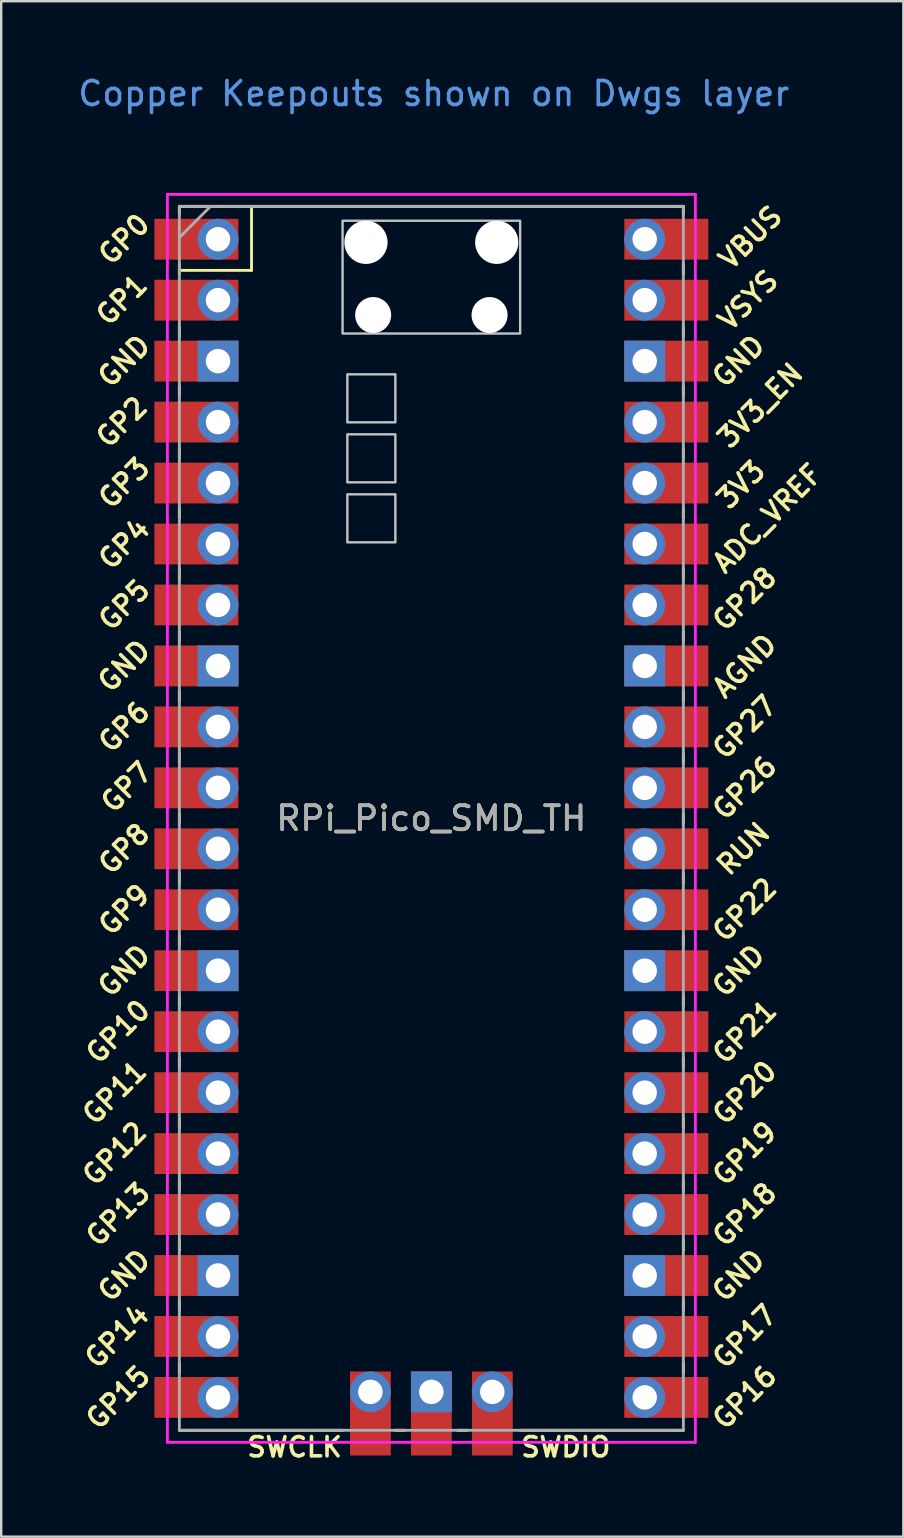
<source format=kicad_pcb>
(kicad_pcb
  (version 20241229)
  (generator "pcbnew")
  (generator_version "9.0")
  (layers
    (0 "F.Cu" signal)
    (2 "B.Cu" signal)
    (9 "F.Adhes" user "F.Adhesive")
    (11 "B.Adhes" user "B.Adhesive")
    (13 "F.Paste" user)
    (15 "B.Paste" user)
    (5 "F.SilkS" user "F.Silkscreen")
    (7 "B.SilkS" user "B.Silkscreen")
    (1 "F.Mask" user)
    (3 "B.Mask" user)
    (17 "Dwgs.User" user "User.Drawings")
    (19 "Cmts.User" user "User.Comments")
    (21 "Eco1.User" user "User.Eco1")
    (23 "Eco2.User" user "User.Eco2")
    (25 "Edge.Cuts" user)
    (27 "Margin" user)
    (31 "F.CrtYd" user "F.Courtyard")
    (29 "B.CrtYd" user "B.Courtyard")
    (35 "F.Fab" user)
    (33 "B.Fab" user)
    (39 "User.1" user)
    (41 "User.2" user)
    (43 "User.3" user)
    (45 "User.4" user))
  (footprint "RPi_Pico_SMD_TH"
    (layer "F.Cu")
    (at 14.924 31.048)
    (property "Reference" "RPi_Pico_SMD_TH" (at 0 0 0) (layer "F.SilkS") (effects (font (size 1 1) (thickness 0.15))))
    (attr through_hole)
    (fp_line (start -10.5 -25.5) (end -10.5 -25.2) (stroke (width 0.12) (type solid)) (layer "F.SilkS"))
    (fp_line (start -10.5 -25.5) (end 10.5 -25.5) (stroke (width 0.12) (type solid)) (layer "F.SilkS"))
    (fp_line (start -10.5 -23.1) (end -10.5 -22.7) (stroke (width 0.12) (type solid)) (layer "F.SilkS"))
    (fp_line (start -10.5 -22.833) (end -7.493 -22.833) (stroke (width 0.12) (type solid)) (layer "F.SilkS"))
    (fp_line (start -10.5 -20.5) (end -10.5 -20.1) (stroke (width 0.12) (type solid)) (layer "F.SilkS"))
    (fp_line (start -10.5 -18) (end -10.5 -17.6) (stroke (width 0.12) (type solid)) (layer "F.SilkS"))
    (fp_line (start -10.5 -15.4) (end -10.5 -15) (stroke (width 0.12) (type solid)) (layer "F.SilkS"))
    (fp_line (start -10.5 -12.9) (end -10.5 -12.5) (stroke (width 0.12) (type solid)) (layer "F.SilkS"))
    (fp_line (start -10.5 -10.4) (end -10.5 -10) (stroke (width 0.12) (type solid)) (layer "F.SilkS"))
    (fp_line (start -10.5 -7.8) (end -10.5 -7.4) (stroke (width 0.12) (type solid)) (layer "F.SilkS"))
    (fp_line (start -10.5 -5.3) (end -10.5 -4.9) (stroke (width 0.12) (type solid)) (layer "F.SilkS"))
    (fp_line (start -10.5 -2.7) (end -10.5 -2.3) (stroke (width 0.12) (type solid)) (layer "F.SilkS"))
    (fp_line (start -10.5 -0.2) (end -10.5 0.2) (stroke (width 0.12) (type solid)) (layer "F.SilkS"))
    (fp_line (start -10.5 2.3) (end -10.5 2.7) (stroke (width 0.12) (type solid)) (layer "F.SilkS"))
    (fp_line (start -10.5 4.9) (end -10.5 5.3) (stroke (width 0.12) (type solid)) (layer "F.SilkS"))
    (fp_line (start -10.5 7.4) (end -10.5 7.8) (stroke (width 0.12) (type solid)) (layer "F.SilkS"))
    (fp_line (start -10.5 10) (end -10.5 10.4) (stroke (width 0.12) (type solid)) (layer "F.SilkS"))
    (fp_line (start -10.5 12.5) (end -10.5 12.9) (stroke (width 0.12) (type solid)) (layer "F.SilkS"))
    (fp_line (start -10.5 15.1) (end -10.5 15.5) (stroke (width 0.12) (type solid)) (layer "F.SilkS"))
    (fp_line (start -10.5 17.6) (end -10.5 18) (stroke (width 0.12) (type solid)) (layer "F.SilkS"))
    (fp_line (start -10.5 20.1) (end -10.5 20.5) (stroke (width 0.12) (type solid)) (layer "F.SilkS"))
    (fp_line (start -10.5 22.7) (end -10.5 23.1) (stroke (width 0.12) (type solid)) (layer "F.SilkS"))
    (fp_line (start -7.493 -22.833) (end -7.493 -25.5) (stroke (width 0.12) (type solid)) (layer "F.SilkS"))
    (fp_line (start -3.7 25.5) (end -10.5 25.5) (stroke (width 0.12) (type solid)) (layer "F.SilkS"))
    (fp_line (start -1.5 25.5) (end -1.1 25.5) (stroke (width 0.12) (type solid)) (layer "F.SilkS"))
    (fp_line (start 1.1 25.5) (end 1.5 25.5) (stroke (width 0.12) (type solid)) (layer "F.SilkS"))
    (fp_line (start 10.5 -25.5) (end 10.5 -25.2) (stroke (width 0.12) (type solid)) (layer "F.SilkS"))
    (fp_line (start 10.5 -23.1) (end 10.5 -22.7) (stroke (width 0.12) (type solid)) (layer "F.SilkS"))
    (fp_line (start 10.5 -20.5) (end 10.5 -20.1) (stroke (width 0.12) (type solid)) (layer "F.SilkS"))
    (fp_line (start 10.5 -18) (end 10.5 -17.6) (stroke (width 0.12) (type solid)) (layer "F.SilkS"))
    (fp_line (start 10.5 -15.4) (end 10.5 -15) (stroke (width 0.12) (type solid)) (layer "F.SilkS"))
    (fp_line (start 10.5 -12.9) (end 10.5 -12.5) (stroke (width 0.12) (type solid)) (layer "F.SilkS"))
    (fp_line (start 10.5 -10.4) (end 10.5 -10) (stroke (width 0.12) (type solid)) (layer "F.SilkS"))
    (fp_line (start 10.5 -7.8) (end 10.5 -7.4) (stroke (width 0.12) (type solid)) (layer "F.SilkS"))
    (fp_line (start 10.5 -5.3) (end 10.5 -4.9) (stroke (width 0.12) (type solid)) (layer "F.SilkS"))
    (fp_line (start 10.5 -2.7) (end 10.5 -2.3) (stroke (width 0.12) (type solid)) (layer "F.SilkS"))
    (fp_line (start 10.5 -0.2) (end 10.5 0.2) (stroke (width 0.12) (type solid)) (layer "F.SilkS"))
    (fp_line (start 10.5 2.3) (end 10.5 2.7) (stroke (width 0.12) (type solid)) (layer "F.SilkS"))
    (fp_line (start 10.5 4.9) (end 10.5 5.3) (stroke (width 0.12) (type solid)) (layer "F.SilkS"))
    (fp_line (start 10.5 7.4) (end 10.5 7.8) (stroke (width 0.12) (type solid)) (layer "F.SilkS"))
    (fp_line (start 10.5 10) (end 10.5 10.4) (stroke (width 0.12) (type solid)) (layer "F.SilkS"))
    (fp_line (start 10.5 12.5) (end 10.5 12.9) (stroke (width 0.12) (type solid)) (layer "F.SilkS"))
    (fp_line (start 10.5 15.1) (end 10.5 15.5) (stroke (width 0.12) (type solid)) (layer "F.SilkS"))
    (fp_line (start 10.5 17.6) (end 10.5 18) (stroke (width 0.12) (type solid)) (layer "F.SilkS"))
    (fp_line (start 10.5 20.1) (end 10.5 20.5) (stroke (width 0.12) (type solid)) (layer "F.SilkS"))
    (fp_line (start 10.5 22.7) (end 10.5 23.1) (stroke (width 0.12) (type solid)) (layer "F.SilkS"))
    (fp_line (start 10.5 25.5) (end 3.7 25.5) (stroke (width 0.12) (type solid)) (layer "F.SilkS"))
    (fp_poly (pts (xy -1.5 -16.5) (xy -3.5 -16.5) (xy -3.5 -18.5) (xy -1.5 -18.5)) (stroke (width 0.1) (type solid)) (fill no) (layer "Dwgs.User"))
    (fp_poly (pts (xy -1.5 -14) (xy -3.5 -14) (xy -3.5 -16) (xy -1.5 -16)) (stroke (width 0.1) (type solid)) (fill no) (layer "Dwgs.User"))
    (fp_poly (pts (xy -1.5 -11.5) (xy -3.5 -11.5) (xy -3.5 -13.5) (xy -1.5 -13.5)) (stroke (width 0.1) (type solid)) (fill no) (layer "Dwgs.User"))
    (fp_poly (pts (xy 3.7 -20.2) (xy -3.7 -20.2) (xy -3.7 -24.9) (xy 3.7 -24.9)) (stroke (width 0.1) (type solid)) (fill no) (layer "Dwgs.User"))
    (fp_line (start -11 -26) (end 11 -26) (stroke (width 0.12) (type solid)) (layer "F.CrtYd"))
    (fp_line (start -11 26) (end -11 -26) (stroke (width 0.12) (type solid)) (layer "F.CrtYd"))
    (fp_line (start 11 -26) (end 11 26) (stroke (width 0.12) (type solid)) (layer "F.CrtYd"))
    (fp_line (start 11 26) (end -11 26) (stroke (width 0.12) (type solid)) (layer "F.CrtYd"))
    (fp_line (start -10.5 -25.5) (end 10.5 -25.5) (stroke (width 0.12) (type solid)) (layer "F.Fab"))
    (fp_line (start -10.5 -24.2) (end -9.2 -25.5) (stroke (width 0.12) (type solid)) (layer "F.Fab"))
    (fp_line (start -10.5 25.5) (end -10.5 -25.5) (stroke (width 0.12) (type solid)) (layer "F.Fab"))
    (fp_line (start 10.5 -25.5) (end 10.5 25.5) (stroke (width 0.12) (type solid)) (layer "F.Fab"))
    (fp_line (start 10.5 25.5) (end -10.5 25.5) (stroke (width 0.12) (type solid)) (layer "F.Fab"))
    (fp_text user "GND" (at 12.8 19.05 45) (layer "F.SilkS") (effects (font (size 0.8 0.8) (thickness 0.15))))
    (fp_text user "GND" (at -12.8 19.05 45) (layer "F.SilkS") (effects (font (size 0.8 0.8) (thickness 0.15))))
    (fp_text user "GND" (at -12.8 -6.35 45) (layer "F.SilkS") (effects (font (size 0.8 0.8) (thickness 0.15))))
    (fp_text user "GP0" (at -12.8 -24.13 45) (layer "F.SilkS") (effects (font (size 0.8 0.8) (thickness 0.15))))
    (fp_text user "SWCLK" (at -5.7 26.2 0) (layer "F.SilkS") (effects (font (size 0.8 0.8) (thickness 0.15))))
    (fp_text user "3V3_EN" (at 13.7 -17.2 45) (layer "F.SilkS") (effects (font (size 0.8 0.8) (thickness 0.15))))
    (fp_text user "GP17" (at 13.054 21.59 45) (layer "F.SilkS") (effects (font (size 0.8 0.8) (thickness 0.15))))
    (fp_text user "GP11" (at -13.2 11.43 45) (layer "F.SilkS") (effects (font (size 0.8 0.8) (thickness 0.15))))
    (fp_text user "GP27" (at 13.054 -3.8 45) (layer "F.SilkS") (effects (font (size 0.8 0.8) (thickness 0.15))))
    (fp_text user "GP12" (at -13.2 13.97 45) (layer "F.SilkS") (effects (font (size 0.8 0.8) (thickness 0.15))))
    (fp_text user "VSYS" (at 13.2 -21.59 45) (layer "F.SilkS") (effects (font (size 0.8 0.8) (thickness 0.15))))
    (fp_text user "GP13" (at -13.054 16.51 45) (layer "F.SilkS") (effects (font (size 0.8 0.8) (thickness 0.15))))
    (fp_text user "GP6" (at -12.8 -3.81 45) (layer "F.SilkS") (effects (font (size 0.8 0.8) (thickness 0.15))))
    (fp_text user "GP20" (at 13.054 11.43 45) (layer "F.SilkS") (effects (font (size 0.8 0.8) (thickness 0.15))))
    (fp_text user "GP22" (at 13.054 3.81 45) (layer "F.SilkS") (effects (font (size 0.8 0.8) (thickness 0.15))))
    (fp_text user "GP15" (at -13.054 24.13 45) (layer "F.SilkS") (effects (font (size 0.8 0.8) (thickness 0.15))))
    (fp_text user "GP21" (at 13.054 8.9 45) (layer "F.SilkS") (effects (font (size 0.8 0.8) (thickness 0.15))))
    (fp_text user "GND" (at 12.8 -19.05 45) (layer "F.SilkS") (effects (font (size 0.8 0.8) (thickness 0.15))))
    (fp_text user "GP18" (at 13.054 16.51 45) (layer "F.SilkS") (effects (font (size 0.8 0.8) (thickness 0.15))))
    (fp_text user "GP28" (at 13.054 -9.144 45) (layer "F.SilkS") (effects (font (size 0.8 0.8) (thickness 0.15))))
    (fp_text user "GP19" (at 13.054 13.97 45) (layer "F.SilkS") (effects (font (size 0.8 0.8) (thickness 0.15))))
    (fp_text user "GP26" (at 13.054 -1.27 45) (layer "F.SilkS") (effects (font (size 0.8 0.8) (thickness 0.15))))
    (fp_text user "3V3" (at 12.9 -13.9 45) (layer "F.SilkS") (effects (font (size 0.8 0.8) (thickness 0.15))))
    (fp_text user "GP1" (at -12.9 -21.6 45) (layer "F.SilkS") (effects (font (size 0.8 0.8) (thickness 0.15))))
    (fp_text user "GP14" (at -13.1 21.59 45) (layer "F.SilkS") (effects (font (size 0.8 0.8) (thickness 0.15))))
    (fp_text user "GP3" (at -12.8 -13.97 45) (layer "F.SilkS") (effects (font (size 0.8 0.8) (thickness 0.15))))
    (fp_text user "GND" (at -12.8 6.35 45) (layer "F.SilkS") (effects (font (size 0.8 0.8) (thickness 0.15))))
    (fp_text user "GND" (at 12.8 6.35 45) (layer "F.SilkS") (effects (font (size 0.8 0.8) (thickness 0.15))))
    (fp_text user "GP7" (at -12.7 -1.3 45) (layer "F.SilkS") (effects (font (size 0.8 0.8) (thickness 0.15))))
    (fp_text user "GND" (at -12.8 -19.05 45) (layer "F.SilkS") (effects (font (size 0.8 0.8) (thickness 0.15))))
    (fp_text user "GP8" (at -12.8 1.27 45) (layer "F.SilkS") (effects (font (size 0.8 0.8) (thickness 0.15))))
    (fp_text user "GP16" (at 13.054 24.13 45) (layer "F.SilkS") (effects (font (size 0.8 0.8) (thickness 0.15))))
    (fp_text user "RUN" (at 13 1.27 45) (layer "F.SilkS") (effects (font (size 0.8 0.8) (thickness 0.15))))
    (fp_text user "GP10" (at -13.054 8.89 45) (layer "F.SilkS") (effects (font (size 0.8 0.8) (thickness 0.15))))
    (fp_text user "GP5" (at -12.8 -8.89 45) (layer "F.SilkS") (effects (font (size 0.8 0.8) (thickness 0.15))))
    (fp_text user "SWDIO" (at 5.6 26.2 0) (layer "F.SilkS") (effects (font (size 0.8 0.8) (thickness 0.15))))
    (fp_text user "ADC_VREF" (at 14 -12.5 45) (layer "F.SilkS") (effects (font (size 0.8 0.8) (thickness 0.15))))
    (fp_text user "AGND" (at 13.054 -6.35 45) (layer "F.SilkS") (effects (font (size 0.8 0.8) (thickness 0.15))))
    (fp_text user "VBUS" (at 13.3 -24.2 45) (layer "F.SilkS") (effects (font (size 0.8 0.8) (thickness 0.15))))
    (fp_text user "GP2" (at -12.9 -16.51 45) (layer "F.SilkS") (effects (font (size 0.8 0.8) (thickness 0.15))))
    (fp_text user "GP4" (at -12.8 -11.43 45) (layer "F.SilkS") (effects (font (size 0.8 0.8) (thickness 0.15))))
    (fp_text user "GP9" (at -12.8 3.81 45) (layer "F.SilkS") (effects (font (size 0.8 0.8) (thickness 0.15))))
    (fp_text user "Copper Keepouts shown on Dwgs layer" (at 0.1 -30.2 0) (layer "Cmts.User") (effects (font (size 1 1) (thickness 0.15))))
    (fp_text user "${REFERENCE}" (at 0 0 180) (layer "F.Fab") (effects (font (size 1 1) (thickness 0.15))))
    (pad "" np_thru_hole oval (at -2.725 -24) (size 1.8 1.8) (drill 1.8) (layers "*.Cu" "*.Mask"))
    (pad "" np_thru_hole oval (at -2.425 -20.97) (size 1.5 1.5) (drill 1.5) (layers "*.Cu" "*.Mask"))
    (pad "" np_thru_hole oval (at 2.425 -20.97) (size 1.5 1.5) (drill 1.5) (layers "*.Cu" "*.Mask"))
    (pad "" np_thru_hole oval (at 2.725 -24) (size 1.8 1.8) (drill 1.8) (layers "*.Cu" "*.Mask"))
    (pad "1" thru_hole oval (at -8.89 -24.13) (size 1.7 1.7) (drill 1.02) (layers "*.Cu" "*.Mask"))
    (pad "1" smd rect (at -8.89 -24.13) (size 3.5 1.7) (drill (offset -0.9 0)) (layers "F.Cu" "F.Mask"))
    (pad "2" thru_hole oval (at -8.89 -21.59) (size 1.7 1.7) (drill 1.02) (layers "*.Cu" "*.Mask"))
    (pad "2" smd rect (at -8.89 -21.59) (size 3.5 1.7) (drill (offset -0.9 0)) (layers "F.Cu" "F.Mask"))
    (pad "3" thru_hole rect (at -8.89 -19.05) (size 1.7 1.7) (drill 1.02) (layers "*.Cu" "*.Mask"))
    (pad "3" smd rect (at -8.89 -19.05) (size 3.5 1.7) (drill (offset -0.9 0)) (layers "F.Cu" "F.Mask"))
    (pad "4" thru_hole oval (at -8.89 -16.51) (size 1.7 1.7) (drill 1.02) (layers "*.Cu" "*.Mask"))
    (pad "4" smd rect (at -8.89 -16.51) (size 3.5 1.7) (drill (offset -0.9 0)) (layers "F.Cu" "F.Mask"))
    (pad "5" thru_hole oval (at -8.89 -13.97) (size 1.7 1.7) (drill 1.02) (layers "*.Cu" "*.Mask"))
    (pad "5" smd rect (at -8.89 -13.97) (size 3.5 1.7) (drill (offset -0.9 0)) (layers "F.Cu" "F.Mask"))
    (pad "6" thru_hole oval (at -8.89 -11.43) (size 1.7 1.7) (drill 1.02) (layers "*.Cu" "*.Mask"))
    (pad "6" smd rect (at -8.89 -11.43) (size 3.5 1.7) (drill (offset -0.9 0)) (layers "F.Cu" "F.Mask"))
    (pad "7" thru_hole oval (at -8.89 -8.89) (size 1.7 1.7) (drill 1.02) (layers "*.Cu" "*.Mask"))
    (pad "7" smd rect (at -8.89 -8.89) (size 3.5 1.7) (drill (offset -0.9 0)) (layers "F.Cu" "F.Mask"))
    (pad "8" thru_hole rect (at -8.89 -6.35) (size 1.7 1.7) (drill 1.02) (layers "*.Cu" "*.Mask"))
    (pad "8" smd rect (at -8.89 -6.35) (size 3.5 1.7) (drill (offset -0.9 0)) (layers "F.Cu" "F.Mask"))
    (pad "9" thru_hole oval (at -8.89 -3.81) (size 1.7 1.7) (drill 1.02) (layers "*.Cu" "*.Mask"))
    (pad "9" smd rect (at -8.89 -3.81) (size 3.5 1.7) (drill (offset -0.9 0)) (layers "F.Cu" "F.Mask"))
    (pad "10" thru_hole oval (at -8.89 -1.27) (size 1.7 1.7) (drill 1.02) (layers "*.Cu" "*.Mask"))
    (pad "10" smd rect (at -8.89 -1.27) (size 3.5 1.7) (drill (offset -0.9 0)) (layers "F.Cu" "F.Mask"))
    (pad "11" thru_hole oval (at -8.89 1.27) (size 1.7 1.7) (drill 1.02) (layers "*.Cu" "*.Mask"))
    (pad "11" smd rect (at -8.89 1.27) (size 3.5 1.7) (drill (offset -0.9 0)) (layers "F.Cu" "F.Mask"))
    (pad "12" thru_hole oval (at -8.89 3.81) (size 1.7 1.7) (drill 1.02) (layers "*.Cu" "*.Mask"))
    (pad "12" smd rect (at -8.89 3.81) (size 3.5 1.7) (drill (offset -0.9 0)) (layers "F.Cu" "F.Mask"))
    (pad "13" thru_hole rect (at -8.89 6.35) (size 1.7 1.7) (drill 1.02) (layers "*.Cu" "*.Mask"))
    (pad "13" smd rect (at -8.89 6.35) (size 3.5 1.7) (drill (offset -0.9 0)) (layers "F.Cu" "F.Mask"))
    (pad "14" thru_hole oval (at -8.89 8.89) (size 1.7 1.7) (drill 1.02) (layers "*.Cu" "*.Mask"))
    (pad "14" smd rect (at -8.89 8.89) (size 3.5 1.7) (drill (offset -0.9 0)) (layers "F.Cu" "F.Mask"))
    (pad "15" thru_hole oval (at -8.89 11.43) (size 1.7 1.7) (drill 1.02) (layers "*.Cu" "*.Mask"))
    (pad "15" smd rect (at -8.89 11.43) (size 3.5 1.7) (drill (offset -0.9 0)) (layers "F.Cu" "F.Mask"))
    (pad "16" thru_hole oval (at -8.89 13.97) (size 1.7 1.7) (drill 1.02) (layers "*.Cu" "*.Mask"))
    (pad "16" smd rect (at -8.89 13.97) (size 3.5 1.7) (drill (offset -0.9 0)) (layers "F.Cu" "F.Mask"))
    (pad "17" thru_hole oval (at -8.89 16.51) (size 1.7 1.7) (drill 1.02) (layers "*.Cu" "*.Mask"))
    (pad "17" smd rect (at -8.89 16.51) (size 3.5 1.7) (drill (offset -0.9 0)) (layers "F.Cu" "F.Mask"))
    (pad "18" thru_hole rect (at -8.89 19.05) (size 1.7 1.7) (drill 1.02) (layers "*.Cu" "*.Mask"))
    (pad "18" smd rect (at -8.89 19.05) (size 3.5 1.7) (drill (offset -0.9 0)) (layers "F.Cu" "F.Mask"))
    (pad "19" thru_hole oval (at -8.89 21.59) (size 1.7 1.7) (drill 1.02) (layers "*.Cu" "*.Mask"))
    (pad "19" smd rect (at -8.89 21.59) (size 3.5 1.7) (drill (offset -0.9 0)) (layers "F.Cu" "F.Mask"))
    (pad "20" thru_hole oval (at -8.89 24.13) (size 1.7 1.7) (drill 1.02) (layers "*.Cu" "*.Mask"))
    (pad "20" smd rect (at -8.89 24.13) (size 3.5 1.7) (drill (offset -0.9 0)) (layers "F.Cu" "F.Mask"))
    (pad "21" thru_hole oval (at 8.89 24.13) (size 1.7 1.7) (drill 1.02) (layers "*.Cu" "*.Mask"))
    (pad "21" smd rect (at 8.89 24.13) (size 3.5 1.7) (drill (offset 0.9 0)) (layers "F.Cu" "F.Mask"))
    (pad "22" thru_hole oval (at 8.89 21.59) (size 1.7 1.7) (drill 1.02) (layers "*.Cu" "*.Mask"))
    (pad "22" smd rect (at 8.89 21.59) (size 3.5 1.7) (drill (offset 0.9 0)) (layers "F.Cu" "F.Mask"))
    (pad "23" thru_hole rect (at 8.89 19.05) (size 1.7 1.7) (drill 1.02) (layers "*.Cu" "*.Mask"))
    (pad "23" smd rect (at 8.89 19.05) (size 3.5 1.7) (drill (offset 0.9 0)) (layers "F.Cu" "F.Mask"))
    (pad "24" thru_hole oval (at 8.89 16.51) (size 1.7 1.7) (drill 1.02) (layers "*.Cu" "*.Mask"))
    (pad "24" smd rect (at 8.89 16.51) (size 3.5 1.7) (drill (offset 0.9 0)) (layers "F.Cu" "F.Mask"))
    (pad "25" thru_hole oval (at 8.89 13.97) (size 1.7 1.7) (drill 1.02) (layers "*.Cu" "*.Mask"))
    (pad "25" smd rect (at 8.89 13.97) (size 3.5 1.7) (drill (offset 0.9 0)) (layers "F.Cu" "F.Mask"))
    (pad "26" thru_hole oval (at 8.89 11.43) (size 1.7 1.7) (drill 1.02) (layers "*.Cu" "*.Mask"))
    (pad "26" smd rect (at 8.89 11.43) (size 3.5 1.7) (drill (offset 0.9 0)) (layers "F.Cu" "F.Mask"))
    (pad "27" thru_hole oval (at 8.89 8.89) (size 1.7 1.7) (drill 1.02) (layers "*.Cu" "*.Mask"))
    (pad "27" smd rect (at 8.89 8.89) (size 3.5 1.7) (drill (offset 0.9 0)) (layers "F.Cu" "F.Mask"))
    (pad "28" thru_hole rect (at 8.89 6.35) (size 1.7 1.7) (drill 1.02) (layers "*.Cu" "*.Mask"))
    (pad "28" smd rect (at 8.89 6.35) (size 3.5 1.7) (drill (offset 0.9 0)) (layers "F.Cu" "F.Mask"))
    (pad "29" thru_hole oval (at 8.89 3.81) (size 1.7 1.7) (drill 1.02) (layers "*.Cu" "*.Mask"))
    (pad "29" smd rect (at 8.89 3.81) (size 3.5 1.7) (drill (offset 0.9 0)) (layers "F.Cu" "F.Mask"))
    (pad "30" thru_hole oval (at 8.89 1.27) (size 1.7 1.7) (drill 1.02) (layers "*.Cu" "*.Mask"))
    (pad "30" smd rect (at 8.89 1.27) (size 3.5 1.7) (drill (offset 0.9 0)) (layers "F.Cu" "F.Mask"))
    (pad "31" thru_hole oval (at 8.89 -1.27) (size 1.7 1.7) (drill 1.02) (layers "*.Cu" "*.Mask"))
    (pad "31" smd rect (at 8.89 -1.27) (size 3.5 1.7) (drill (offset 0.9 0)) (layers "F.Cu" "F.Mask"))
    (pad "32" thru_hole oval (at 8.89 -3.81) (size 1.7 1.7) (drill 1.02) (layers "*.Cu" "*.Mask"))
    (pad "32" smd rect (at 8.89 -3.81) (size 3.5 1.7) (drill (offset 0.9 0)) (layers "F.Cu" "F.Mask"))
    (pad "33" thru_hole rect (at 8.89 -6.35) (size 1.7 1.7) (drill 1.02) (layers "*.Cu" "*.Mask"))
    (pad "33" smd rect (at 8.89 -6.35) (size 3.5 1.7) (drill (offset 0.9 0)) (layers "F.Cu" "F.Mask"))
    (pad "34" thru_hole oval (at 8.89 -8.89) (size 1.7 1.7) (drill 1.02) (layers "*.Cu" "*.Mask"))
    (pad "34" smd rect (at 8.89 -8.89) (size 3.5 1.7) (drill (offset 0.9 0)) (layers "F.Cu" "F.Mask"))
    (pad "35" thru_hole oval (at 8.89 -11.43) (size 1.7 1.7) (drill 1.02) (layers "*.Cu" "*.Mask"))
    (pad "35" smd rect (at 8.89 -11.43) (size 3.5 1.7) (drill (offset 0.9 0)) (layers "F.Cu" "F.Mask"))
    (pad "36" thru_hole oval (at 8.89 -13.97) (size 1.7 1.7) (drill 1.02) (layers "*.Cu" "*.Mask"))
    (pad "36" smd rect (at 8.89 -13.97) (size 3.5 1.7) (drill (offset 0.9 0)) (layers "F.Cu" "F.Mask"))
    (pad "37" thru_hole oval (at 8.89 -16.51) (size 1.7 1.7) (drill 1.02) (layers "*.Cu" "*.Mask"))
    (pad "37" smd rect (at 8.89 -16.51) (size 3.5 1.7) (drill (offset 0.9 0)) (layers "F.Cu" "F.Mask"))
    (pad "38" thru_hole rect (at 8.89 -19.05) (size 1.7 1.7) (drill 1.02) (layers "*.Cu" "*.Mask"))
    (pad "38" smd rect (at 8.89 -19.05) (size 3.5 1.7) (drill (offset 0.9 0)) (layers "F.Cu" "F.Mask"))
    (pad "39" thru_hole oval (at 8.89 -21.59) (size 1.7 1.7) (drill 1.02) (layers "*.Cu" "*.Mask"))
    (pad "39" smd rect (at 8.89 -21.59) (size 3.5 1.7) (drill (offset 0.9 0)) (layers "F.Cu" "F.Mask"))
    (pad "40" thru_hole oval (at 8.89 -24.13) (size 1.7 1.7) (drill 1.02) (layers "*.Cu" "*.Mask"))
    (pad "40" smd rect (at 8.89 -24.13) (size 3.5 1.7) (drill (offset 0.9 0)) (layers "F.Cu" "F.Mask"))
    (pad "41" thru_hole oval (at -2.54 23.9) (size 1.7 1.7) (drill 1.02) (layers "*.Cu" "*.Mask"))
    (pad "41" smd rect (at -2.54 23.9 90) (size 3.5 1.7) (drill (offset -0.9 0)) (layers "F.Cu" "F.Mask"))
    (pad "42" thru_hole rect (at 0 23.9) (size 1.7 1.7) (drill 1.02) (layers "*.Cu" "*.Mask"))
    (pad "42" smd rect (at 0 23.9 90) (size 3.5 1.7) (drill (offset -0.9 0)) (layers "F.Cu" "F.Mask"))
    (pad "43" thru_hole oval (at 2.54 23.9) (size 1.7 1.7) (drill 1.02) (layers "*.Cu" "*.Mask"))
    (pad "43" smd rect (at 2.54 23.9 90) (size 3.5 1.7) (drill (offset -0.9 0)) (layers "F.Cu" "F.Mask")))
  (gr_rect
    (start -3 -3)
    (end 34.591 60.98)
    (stroke (width 0.1) (type default))
    (fill no)
    (layer "Edge.Cuts")))
</source>
